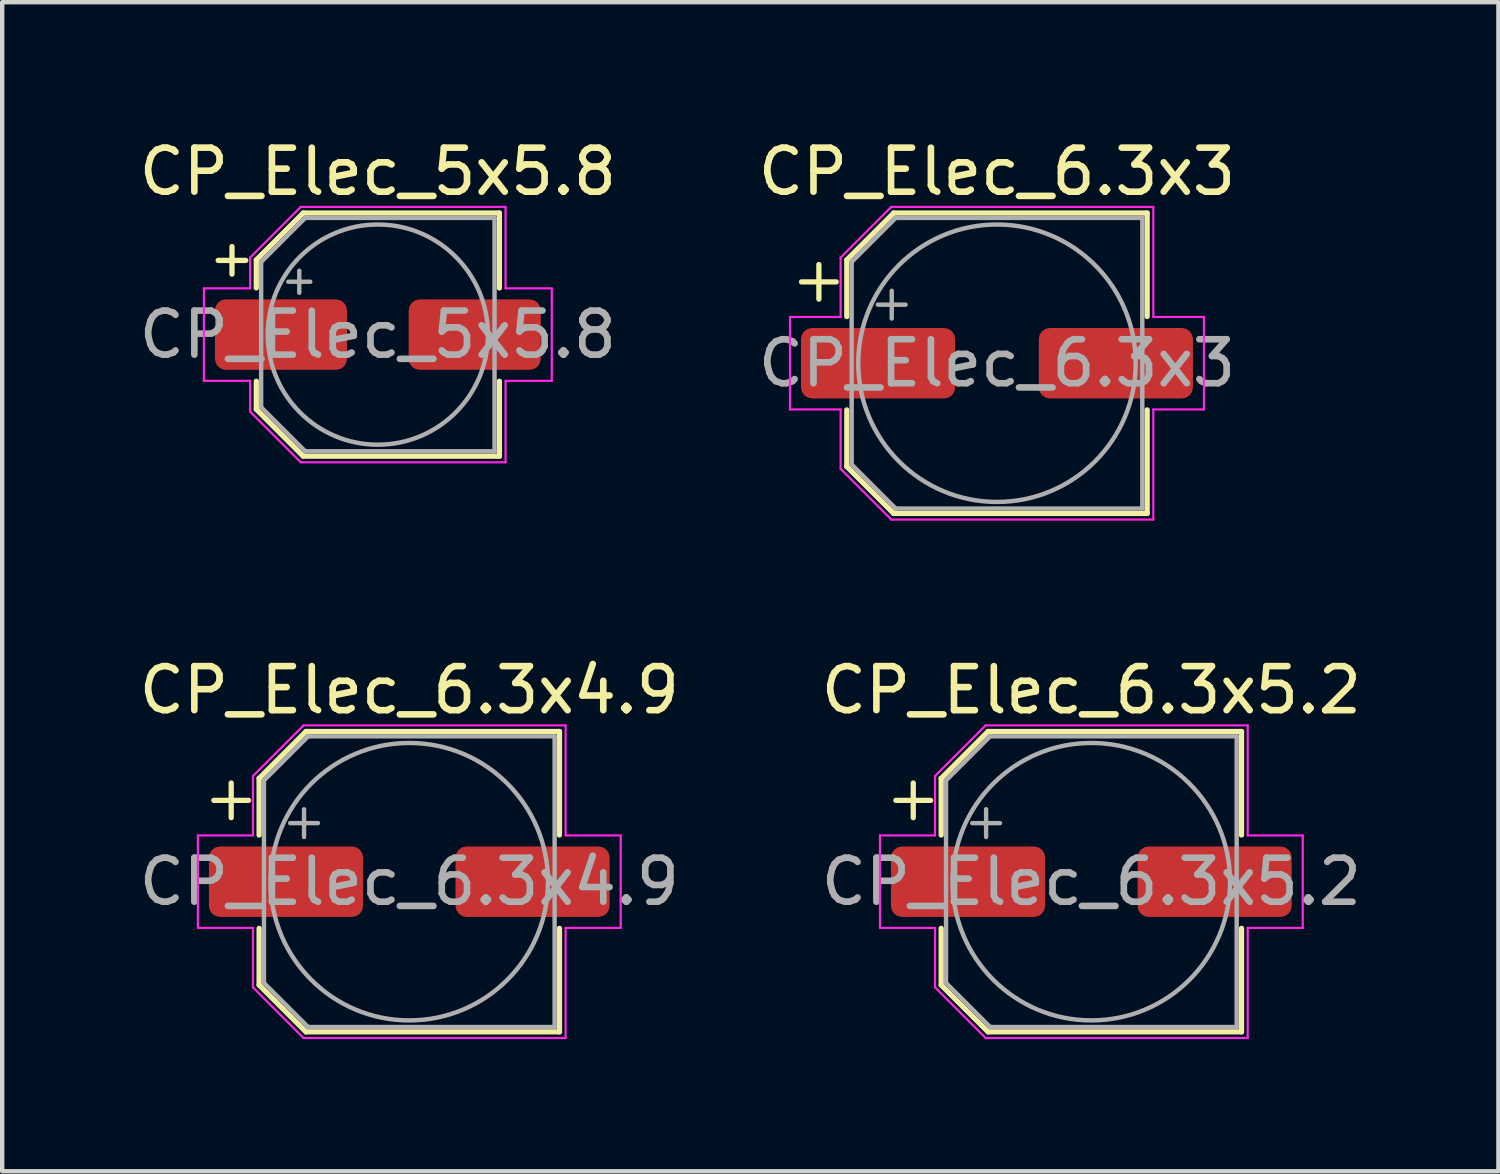
<source format=kicad_pcb>
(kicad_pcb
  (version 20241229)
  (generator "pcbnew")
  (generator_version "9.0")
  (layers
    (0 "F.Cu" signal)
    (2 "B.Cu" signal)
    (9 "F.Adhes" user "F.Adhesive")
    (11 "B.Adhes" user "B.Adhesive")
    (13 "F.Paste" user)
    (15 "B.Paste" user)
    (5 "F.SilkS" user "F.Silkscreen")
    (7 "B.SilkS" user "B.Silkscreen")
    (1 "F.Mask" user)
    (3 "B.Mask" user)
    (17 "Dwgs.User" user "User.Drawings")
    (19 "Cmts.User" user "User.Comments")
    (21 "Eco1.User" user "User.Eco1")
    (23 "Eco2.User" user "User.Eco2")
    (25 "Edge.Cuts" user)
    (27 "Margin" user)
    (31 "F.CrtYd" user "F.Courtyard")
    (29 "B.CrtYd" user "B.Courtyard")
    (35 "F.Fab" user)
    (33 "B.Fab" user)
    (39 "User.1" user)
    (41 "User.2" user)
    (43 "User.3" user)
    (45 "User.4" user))
  (footprint "CP_Elec_5x5.8"
    (layer "F.Cu")
    (at 5.53 4.548)
    (property "Reference" "CP_Elec_5x5.8" (at 0 -3.7 0) (layer "F.SilkS") (effects (font (size 1 1) (thickness 0.15))))
    (attr smd)
    (fp_line (start -3.625 -1.685) (end -3 -1.685) (stroke (width 0.12) (type solid)) (layer "F.SilkS"))
    (fp_line (start -3.312 -1.998) (end -3.312 -1.373) (stroke (width 0.12) (type solid)) (layer "F.SilkS"))
    (fp_line (start -2.76 -1.696) (end -2.76 -1.06) (stroke (width 0.12) (type solid)) (layer "F.SilkS"))
    (fp_line (start -2.76 -1.696) (end -1.696 -2.76) (stroke (width 0.12) (type solid)) (layer "F.SilkS"))
    (fp_line (start -2.76 1.696) (end -2.76 1.06) (stroke (width 0.12) (type solid)) (layer "F.SilkS"))
    (fp_line (start -2.76 1.696) (end -1.696 2.76) (stroke (width 0.12) (type solid)) (layer "F.SilkS"))
    (fp_line (start -1.696 -2.76) (end 2.76 -2.76) (stroke (width 0.12) (type solid)) (layer "F.SilkS"))
    (fp_line (start -1.696 2.76) (end 2.76 2.76) (stroke (width 0.12) (type solid)) (layer "F.SilkS"))
    (fp_line (start 2.76 -2.76) (end 2.76 -1.06) (stroke (width 0.12) (type solid)) (layer "F.SilkS"))
    (fp_line (start 2.76 2.76) (end 2.76 1.06) (stroke (width 0.12) (type solid)) (layer "F.SilkS"))
    (fp_line (start -3.95 -1.05) (end -3.95 1.05) (stroke (width 0.05) (type solid)) (layer "F.CrtYd"))
    (fp_line (start -3.95 1.05) (end -2.9 1.05) (stroke (width 0.05) (type solid)) (layer "F.CrtYd"))
    (fp_line (start -2.9 -1.75) (end -2.9 -1.05) (stroke (width 0.05) (type solid)) (layer "F.CrtYd"))
    (fp_line (start -2.9 -1.75) (end -1.75 -2.9) (stroke (width 0.05) (type solid)) (layer "F.CrtYd"))
    (fp_line (start -2.9 -1.05) (end -3.95 -1.05) (stroke (width 0.05) (type solid)) (layer "F.CrtYd"))
    (fp_line (start -2.9 1.05) (end -2.9 1.75) (stroke (width 0.05) (type solid)) (layer "F.CrtYd"))
    (fp_line (start -2.9 1.75) (end -1.75 2.9) (stroke (width 0.05) (type solid)) (layer "F.CrtYd"))
    (fp_line (start -1.75 -2.9) (end 2.9 -2.9) (stroke (width 0.05) (type solid)) (layer "F.CrtYd"))
    (fp_line (start -1.75 2.9) (end 2.9 2.9) (stroke (width 0.05) (type solid)) (layer "F.CrtYd"))
    (fp_line (start 2.9 -2.9) (end 2.9 -1.05) (stroke (width 0.05) (type solid)) (layer "F.CrtYd"))
    (fp_line (start 2.9 -1.05) (end 3.95 -1.05) (stroke (width 0.05) (type solid)) (layer "F.CrtYd"))
    (fp_line (start 2.9 1.05) (end 2.9 2.9) (stroke (width 0.05) (type solid)) (layer "F.CrtYd"))
    (fp_line (start 3.95 -1.05) (end 3.95 1.05) (stroke (width 0.05) (type solid)) (layer "F.CrtYd"))
    (fp_line (start 3.95 1.05) (end 2.9 1.05) (stroke (width 0.05) (type solid)) (layer "F.CrtYd"))
    (fp_line (start -2.65 -1.65) (end -2.65 1.65) (stroke (width 0.1) (type solid)) (layer "F.Fab"))
    (fp_line (start -2.65 -1.65) (end -1.65 -2.65) (stroke (width 0.1) (type solid)) (layer "F.Fab"))
    (fp_line (start -2.65 1.65) (end -1.65 2.65) (stroke (width 0.1) (type solid)) (layer "F.Fab"))
    (fp_line (start -2.034 -1.2) (end -1.534 -1.2) (stroke (width 0.1) (type solid)) (layer "F.Fab"))
    (fp_line (start -1.784 -1.45) (end -1.784 -0.95) (stroke (width 0.1) (type solid)) (layer "F.Fab"))
    (fp_line (start -1.65 -2.65) (end 2.65 -2.65) (stroke (width 0.1) (type solid)) (layer "F.Fab"))
    (fp_line (start -1.65 2.65) (end 2.65 2.65) (stroke (width 0.1) (type solid)) (layer "F.Fab"))
    (fp_line (start 2.65 -2.65) (end 2.65 2.65) (stroke (width 0.1) (type solid)) (layer "F.Fab"))
    (fp_circle (center 0 0) (end 2.5 0) (stroke (width 0.1) (type solid)) (fill no) (layer "F.Fab"))
    (fp_text user "${REFERENCE}" (at 0 0 0) (layer "F.Fab") (effects (font (size 1 1) (thickness 0.15))))
    (pad "1" smd roundrect (at -2.2 0) (size 3 1.6) (layers "F.Cu" "F.Mask" "F.Paste") (roundrect_rratio 0.156))
    (pad "2" smd roundrect (at 2.2 0) (size 3 1.6) (layers "F.Cu" "F.Mask" "F.Paste") (roundrect_rratio 0.156)))
  (footprint "CP_Elec_6.3x5.2"
    (layer "F.Cu")
    (at 21.732 16.971)
    (property "Reference" "CP_Elec_6.3x5.2" (at 0 -4.35 0) (layer "F.SilkS") (effects (font (size 1 1) (thickness 0.15))))
    (attr smd)
    (fp_line (start -4.438 -1.847) (end -3.65 -1.847) (stroke (width 0.12) (type solid)) (layer "F.SilkS"))
    (fp_line (start -4.044 -2.241) (end -4.044 -1.454) (stroke (width 0.12) (type solid)) (layer "F.SilkS"))
    (fp_line (start -3.41 -2.346) (end -3.41 -1.06) (stroke (width 0.12) (type solid)) (layer "F.SilkS"))
    (fp_line (start -3.41 -2.346) (end -2.346 -3.41) (stroke (width 0.12) (type solid)) (layer "F.SilkS"))
    (fp_line (start -3.41 2.346) (end -3.41 1.06) (stroke (width 0.12) (type solid)) (layer "F.SilkS"))
    (fp_line (start -3.41 2.346) (end -2.346 3.41) (stroke (width 0.12) (type solid)) (layer "F.SilkS"))
    (fp_line (start -2.346 -3.41) (end 3.41 -3.41) (stroke (width 0.12) (type solid)) (layer "F.SilkS"))
    (fp_line (start -2.346 3.41) (end 3.41 3.41) (stroke (width 0.12) (type solid)) (layer "F.SilkS"))
    (fp_line (start 3.41 -3.41) (end 3.41 -1.06) (stroke (width 0.12) (type solid)) (layer "F.SilkS"))
    (fp_line (start 3.41 3.41) (end 3.41 1.06) (stroke (width 0.12) (type solid)) (layer "F.SilkS"))
    (fp_line (start -4.8 -1.05) (end -4.8 1.05) (stroke (width 0.05) (type solid)) (layer "F.CrtYd"))
    (fp_line (start -4.8 1.05) (end -3.55 1.05) (stroke (width 0.05) (type solid)) (layer "F.CrtYd"))
    (fp_line (start -3.55 -2.4) (end -3.55 -1.05) (stroke (width 0.05) (type solid)) (layer "F.CrtYd"))
    (fp_line (start -3.55 -2.4) (end -2.4 -3.55) (stroke (width 0.05) (type solid)) (layer "F.CrtYd"))
    (fp_line (start -3.55 -1.05) (end -4.8 -1.05) (stroke (width 0.05) (type solid)) (layer "F.CrtYd"))
    (fp_line (start -3.55 1.05) (end -3.55 2.4) (stroke (width 0.05) (type solid)) (layer "F.CrtYd"))
    (fp_line (start -3.55 2.4) (end -2.4 3.55) (stroke (width 0.05) (type solid)) (layer "F.CrtYd"))
    (fp_line (start -2.4 -3.55) (end 3.55 -3.55) (stroke (width 0.05) (type solid)) (layer "F.CrtYd"))
    (fp_line (start -2.4 3.55) (end 3.55 3.55) (stroke (width 0.05) (type solid)) (layer "F.CrtYd"))
    (fp_line (start 3.55 -3.55) (end 3.55 -1.05) (stroke (width 0.05) (type solid)) (layer "F.CrtYd"))
    (fp_line (start 3.55 -1.05) (end 4.8 -1.05) (stroke (width 0.05) (type solid)) (layer "F.CrtYd"))
    (fp_line (start 3.55 1.05) (end 3.55 3.55) (stroke (width 0.05) (type solid)) (layer "F.CrtYd"))
    (fp_line (start 4.8 -1.05) (end 4.8 1.05) (stroke (width 0.05) (type solid)) (layer "F.CrtYd"))
    (fp_line (start 4.8 1.05) (end 3.55 1.05) (stroke (width 0.05) (type solid)) (layer "F.CrtYd"))
    (fp_line (start -3.3 -2.3) (end -3.3 2.3) (stroke (width 0.1) (type solid)) (layer "F.Fab"))
    (fp_line (start -3.3 -2.3) (end -2.3 -3.3) (stroke (width 0.1) (type solid)) (layer "F.Fab"))
    (fp_line (start -3.3 2.3) (end -2.3 3.3) (stroke (width 0.1) (type solid)) (layer "F.Fab"))
    (fp_line (start -2.705 -1.33) (end -2.075 -1.33) (stroke (width 0.1) (type solid)) (layer "F.Fab"))
    (fp_line (start -2.39 -1.645) (end -2.39 -1.015) (stroke (width 0.1) (type solid)) (layer "F.Fab"))
    (fp_line (start -2.3 -3.3) (end 3.3 -3.3) (stroke (width 0.1) (type solid)) (layer "F.Fab"))
    (fp_line (start -2.3 3.3) (end 3.3 3.3) (stroke (width 0.1) (type solid)) (layer "F.Fab"))
    (fp_line (start 3.3 -3.3) (end 3.3 3.3) (stroke (width 0.1) (type solid)) (layer "F.Fab"))
    (fp_circle (center 0 0) (end 3.15 0) (stroke (width 0.1) (type solid)) (fill no) (layer "F.Fab"))
    (fp_text user "${REFERENCE}" (at 0 0 0) (layer "F.Fab") (effects (font (size 1 1) (thickness 0.15))))
    (pad "1" smd roundrect (at -2.8 0) (size 3.5 1.6) (layers "F.Cu" "F.Mask" "F.Paste") (roundrect_rratio 0.156))
    (pad "2" smd roundrect (at 2.8 0) (size 3.5 1.6) (layers "F.Cu" "F.Mask" "F.Paste") (roundrect_rratio 0.156)))
  (footprint "CP_Elec_6.3x4.9"
    (layer "F.Cu")
    (at 6.244 16.971)
    (property "Reference" "CP_Elec_6.3x4.9" (at 0 -4.35 0) (layer "F.SilkS") (effects (font (size 1 1) (thickness 0.15))))
    (attr smd)
    (fp_line (start -4.438 -1.847) (end -3.65 -1.847) (stroke (width 0.12) (type solid)) (layer "F.SilkS"))
    (fp_line (start -4.044 -2.241) (end -4.044 -1.454) (stroke (width 0.12) (type solid)) (layer "F.SilkS"))
    (fp_line (start -3.41 -2.346) (end -3.41 -1.06) (stroke (width 0.12) (type solid)) (layer "F.SilkS"))
    (fp_line (start -3.41 -2.346) (end -2.346 -3.41) (stroke (width 0.12) (type solid)) (layer "F.SilkS"))
    (fp_line (start -3.41 2.346) (end -3.41 1.06) (stroke (width 0.12) (type solid)) (layer "F.SilkS"))
    (fp_line (start -3.41 2.346) (end -2.346 3.41) (stroke (width 0.12) (type solid)) (layer "F.SilkS"))
    (fp_line (start -2.346 -3.41) (end 3.41 -3.41) (stroke (width 0.12) (type solid)) (layer "F.SilkS"))
    (fp_line (start -2.346 3.41) (end 3.41 3.41) (stroke (width 0.12) (type solid)) (layer "F.SilkS"))
    (fp_line (start 3.41 -3.41) (end 3.41 -1.06) (stroke (width 0.12) (type solid)) (layer "F.SilkS"))
    (fp_line (start 3.41 3.41) (end 3.41 1.06) (stroke (width 0.12) (type solid)) (layer "F.SilkS"))
    (fp_line (start -4.8 -1.05) (end -4.8 1.05) (stroke (width 0.05) (type solid)) (layer "F.CrtYd"))
    (fp_line (start -4.8 1.05) (end -3.55 1.05) (stroke (width 0.05) (type solid)) (layer "F.CrtYd"))
    (fp_line (start -3.55 -2.4) (end -3.55 -1.05) (stroke (width 0.05) (type solid)) (layer "F.CrtYd"))
    (fp_line (start -3.55 -2.4) (end -2.4 -3.55) (stroke (width 0.05) (type solid)) (layer "F.CrtYd"))
    (fp_line (start -3.55 -1.05) (end -4.8 -1.05) (stroke (width 0.05) (type solid)) (layer "F.CrtYd"))
    (fp_line (start -3.55 1.05) (end -3.55 2.4) (stroke (width 0.05) (type solid)) (layer "F.CrtYd"))
    (fp_line (start -3.55 2.4) (end -2.4 3.55) (stroke (width 0.05) (type solid)) (layer "F.CrtYd"))
    (fp_line (start -2.4 -3.55) (end 3.55 -3.55) (stroke (width 0.05) (type solid)) (layer "F.CrtYd"))
    (fp_line (start -2.4 3.55) (end 3.55 3.55) (stroke (width 0.05) (type solid)) (layer "F.CrtYd"))
    (fp_line (start 3.55 -3.55) (end 3.55 -1.05) (stroke (width 0.05) (type solid)) (layer "F.CrtYd"))
    (fp_line (start 3.55 -1.05) (end 4.8 -1.05) (stroke (width 0.05) (type solid)) (layer "F.CrtYd"))
    (fp_line (start 3.55 1.05) (end 3.55 3.55) (stroke (width 0.05) (type solid)) (layer "F.CrtYd"))
    (fp_line (start 4.8 -1.05) (end 4.8 1.05) (stroke (width 0.05) (type solid)) (layer "F.CrtYd"))
    (fp_line (start 4.8 1.05) (end 3.55 1.05) (stroke (width 0.05) (type solid)) (layer "F.CrtYd"))
    (fp_line (start -3.3 -2.3) (end -3.3 2.3) (stroke (width 0.1) (type solid)) (layer "F.Fab"))
    (fp_line (start -3.3 -2.3) (end -2.3 -3.3) (stroke (width 0.1) (type solid)) (layer "F.Fab"))
    (fp_line (start -3.3 2.3) (end -2.3 3.3) (stroke (width 0.1) (type solid)) (layer "F.Fab"))
    (fp_line (start -2.705 -1.33) (end -2.075 -1.33) (stroke (width 0.1) (type solid)) (layer "F.Fab"))
    (fp_line (start -2.39 -1.645) (end -2.39 -1.015) (stroke (width 0.1) (type solid)) (layer "F.Fab"))
    (fp_line (start -2.3 -3.3) (end 3.3 -3.3) (stroke (width 0.1) (type solid)) (layer "F.Fab"))
    (fp_line (start -2.3 3.3) (end 3.3 3.3) (stroke (width 0.1) (type solid)) (layer "F.Fab"))
    (fp_line (start 3.3 -3.3) (end 3.3 3.3) (stroke (width 0.1) (type solid)) (layer "F.Fab"))
    (fp_circle (center 0 0) (end 3.15 0) (stroke (width 0.1) (type solid)) (fill no) (layer "F.Fab"))
    (fp_text user "${REFERENCE}" (at 0 0 0) (layer "F.Fab") (effects (font (size 1 1) (thickness 0.15))))
    (pad "1" smd roundrect (at -2.8 0) (size 3.5 1.6) (layers "F.Cu" "F.Mask" "F.Paste") (roundrect_rratio 0.156))
    (pad "2" smd roundrect (at 2.8 0) (size 3.5 1.6) (layers "F.Cu" "F.Mask" "F.Paste") (roundrect_rratio 0.156)))
  (footprint "CP_Elec_6.3x3"
    (layer "F.Cu")
    (at 19.589 5.198)
    (property "Reference" "CP_Elec_6.3x3" (at 0 -4.35 0) (layer "F.SilkS") (effects (font (size 1 1) (thickness 0.15))))
    (attr smd)
    (fp_line (start -4.438 -1.847) (end -3.65 -1.847) (stroke (width 0.12) (type solid)) (layer "F.SilkS"))
    (fp_line (start -4.044 -2.241) (end -4.044 -1.454) (stroke (width 0.12) (type solid)) (layer "F.SilkS"))
    (fp_line (start -3.41 -2.346) (end -3.41 -1.06) (stroke (width 0.12) (type solid)) (layer "F.SilkS"))
    (fp_line (start -3.41 -2.346) (end -2.346 -3.41) (stroke (width 0.12) (type solid)) (layer "F.SilkS"))
    (fp_line (start -3.41 2.346) (end -3.41 1.06) (stroke (width 0.12) (type solid)) (layer "F.SilkS"))
    (fp_line (start -3.41 2.346) (end -2.346 3.41) (stroke (width 0.12) (type solid)) (layer "F.SilkS"))
    (fp_line (start -2.346 -3.41) (end 3.41 -3.41) (stroke (width 0.12) (type solid)) (layer "F.SilkS"))
    (fp_line (start -2.346 3.41) (end 3.41 3.41) (stroke (width 0.12) (type solid)) (layer "F.SilkS"))
    (fp_line (start 3.41 -3.41) (end 3.41 -1.06) (stroke (width 0.12) (type solid)) (layer "F.SilkS"))
    (fp_line (start 3.41 3.41) (end 3.41 1.06) (stroke (width 0.12) (type solid)) (layer "F.SilkS"))
    (fp_line (start -4.7 -1.05) (end -4.7 1.05) (stroke (width 0.05) (type solid)) (layer "F.CrtYd"))
    (fp_line (start -4.7 1.05) (end -3.55 1.05) (stroke (width 0.05) (type solid)) (layer "F.CrtYd"))
    (fp_line (start -3.55 -2.4) (end -3.55 -1.05) (stroke (width 0.05) (type solid)) (layer "F.CrtYd"))
    (fp_line (start -3.55 -2.4) (end -2.4 -3.55) (stroke (width 0.05) (type solid)) (layer "F.CrtYd"))
    (fp_line (start -3.55 -1.05) (end -4.7 -1.05) (stroke (width 0.05) (type solid)) (layer "F.CrtYd"))
    (fp_line (start -3.55 1.05) (end -3.55 2.4) (stroke (width 0.05) (type solid)) (layer "F.CrtYd"))
    (fp_line (start -3.55 2.4) (end -2.4 3.55) (stroke (width 0.05) (type solid)) (layer "F.CrtYd"))
    (fp_line (start -2.4 -3.55) (end 3.55 -3.55) (stroke (width 0.05) (type solid)) (layer "F.CrtYd"))
    (fp_line (start -2.4 3.55) (end 3.55 3.55) (stroke (width 0.05) (type solid)) (layer "F.CrtYd"))
    (fp_line (start 3.55 -3.55) (end 3.55 -1.05) (stroke (width 0.05) (type solid)) (layer "F.CrtYd"))
    (fp_line (start 3.55 -1.05) (end 4.7 -1.05) (stroke (width 0.05) (type solid)) (layer "F.CrtYd"))
    (fp_line (start 3.55 1.05) (end 3.55 3.55) (stroke (width 0.05) (type solid)) (layer "F.CrtYd"))
    (fp_line (start 4.7 -1.05) (end 4.7 1.05) (stroke (width 0.05) (type solid)) (layer "F.CrtYd"))
    (fp_line (start 4.7 1.05) (end 3.55 1.05) (stroke (width 0.05) (type solid)) (layer "F.CrtYd"))
    (fp_line (start -3.3 -2.3) (end -3.3 2.3) (stroke (width 0.1) (type solid)) (layer "F.Fab"))
    (fp_line (start -3.3 -2.3) (end -2.3 -3.3) (stroke (width 0.1) (type solid)) (layer "F.Fab"))
    (fp_line (start -3.3 2.3) (end -2.3 3.3) (stroke (width 0.1) (type solid)) (layer "F.Fab"))
    (fp_line (start -2.705 -1.33) (end -2.075 -1.33) (stroke (width 0.1) (type solid)) (layer "F.Fab"))
    (fp_line (start -2.39 -1.645) (end -2.39 -1.015) (stroke (width 0.1) (type solid)) (layer "F.Fab"))
    (fp_line (start -2.3 -3.3) (end 3.3 -3.3) (stroke (width 0.1) (type solid)) (layer "F.Fab"))
    (fp_line (start -2.3 3.3) (end 3.3 3.3) (stroke (width 0.1) (type solid)) (layer "F.Fab"))
    (fp_line (start 3.3 -3.3) (end 3.3 3.3) (stroke (width 0.1) (type solid)) (layer "F.Fab"))
    (fp_circle (center 0 0) (end 3.15 0) (stroke (width 0.1) (type solid)) (fill no) (layer "F.Fab"))
    (fp_text user "${REFERENCE}" (at 0 0 0) (layer "F.Fab") (effects (font (size 1 1) (thickness 0.15))))
    (pad "1" smd roundrect (at -2.7 0) (size 3.5 1.6) (layers "F.Cu" "F.Mask" "F.Paste") (roundrect_rratio 0.156))
    (pad "2" smd roundrect (at 2.7 0) (size 3.5 1.6) (layers "F.Cu" "F.Mask" "F.Paste") (roundrect_rratio 0.156)))
  (gr_rect
    (start -3 -3)
    (end 30.976 23.547)
    (stroke (width 0.1) (type default))
    (fill no)
    (layer "Edge.Cuts")))
</source>
